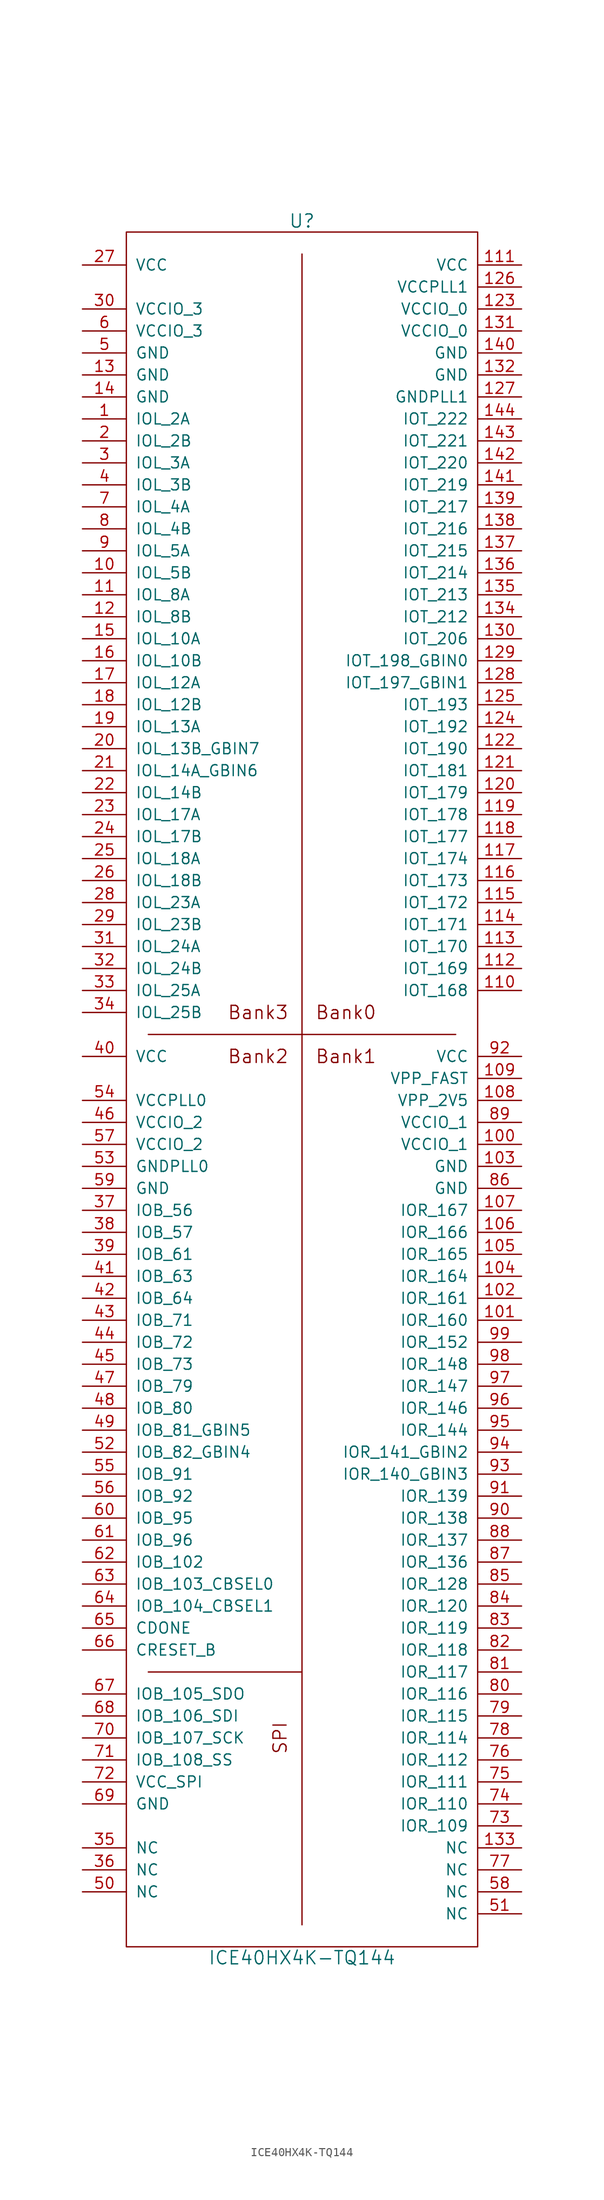
<source format=kicad_sym>
(kicad_symbol_lib
  (version 20201005)
  (generator kicad_symbol_editor)
  (symbol "pkl_lattice:ICE40HX4K-TQ144"
    (pin_names
      (offset 1.016))
    (property "Reference" "U"
      (at 0 93.98 0)
      (effects (font (size 1.524 1.524))))
    (property "Value" "ICE40HX4K-TQ144"
      (at 0 -106.68 0)
      (effects (font (size 1.524 1.524))))
    (symbol "ICE40HX4K-TQ144_0_0"
      (text "Bank0" (at 5.08 2.54 0) (effects (font (size 1.524 1.524))))
      (text "Bank1" (at 5.08 -2.54 0) (effects (font (size 1.524 1.524))))
      (text "Bank2" (at -5.08 -2.54 0) (effects (font (size 1.524 1.524))))
      (text "Bank3" (at -5.08 2.54 0) (effects (font (size 1.524 1.524))))
      (text "SPI" (at -2.54 -81.28 900) (effects (font (size 1.524 1.524)))))
    (symbol "ICE40HX4K-TQ144_0_1"
      (rectangle (start -20.32 92.71) (end 20.32 -105.41) (stroke (width 0)) (fill (type none)))
      (polyline (pts (xy -17.78 -73.66) (xy 0 -73.66)) (stroke (width 0)) (fill (type none)))
      (polyline (pts (xy -17.78 0) (xy 17.78 0)) (stroke (width 0)) (fill (type none)))
      (polyline (pts (xy 0 90.17) (xy 0 -102.87)) (stroke (width 0)) (fill (type none))))
    (symbol "ICE40HX4K-TQ144_1_1"
      (pin passive line (at -25.4 71.12 0) (length 5.08) (name "IOL_2A" (effects (font (size 1.27 1.27)))) (number "1" (effects (font (size 1.27 1.27)))))
      (pin passive line (at -25.4 53.34 0) (length 5.08) (name "IOL_5B" (effects (font (size 1.27 1.27)))) (number "10" (effects (font (size 1.27 1.27)))))
      (pin passive line (at 25.4 -12.7 180) (length 5.08) (name "VCCIO_1" (effects (font (size 1.27 1.27)))) (number "100" (effects (font (size 1.27 1.27)))))
      (pin passive line (at 25.4 -33.02 180) (length 5.08) (name "IOR_160" (effects (font (size 1.27 1.27)))) (number "101" (effects (font (size 1.27 1.27)))))
      (pin passive line (at 25.4 -30.48 180) (length 5.08) (name "IOR_161" (effects (font (size 1.27 1.27)))) (number "102" (effects (font (size 1.27 1.27)))))
      (pin passive line (at 25.4 -15.24 180) (length 5.08) (name "GND" (effects (font (size 1.27 1.27)))) (number "103" (effects (font (size 1.27 1.27)))))
      (pin passive line (at 25.4 -27.94 180) (length 5.08) (name "IOR_164" (effects (font (size 1.27 1.27)))) (number "104" (effects (font (size 1.27 1.27)))))
      (pin passive line (at 25.4 -25.4 180) (length 5.08) (name "IOR_165" (effects (font (size 1.27 1.27)))) (number "105" (effects (font (size 1.27 1.27)))))
      (pin passive line (at 25.4 -22.86 180) (length 5.08) (name "IOR_166" (effects (font (size 1.27 1.27)))) (number "106" (effects (font (size 1.27 1.27)))))
      (pin passive line (at 25.4 -20.32 180) (length 5.08) (name "IOR_167" (effects (font (size 1.27 1.27)))) (number "107" (effects (font (size 1.27 1.27)))))
      (pin passive line (at 25.4 -7.62 180) (length 5.08) (name "VPP_2V5" (effects (font (size 1.27 1.27)))) (number "108" (effects (font (size 1.27 1.27)))))
      (pin passive line (at 25.4 -5.08 180) (length 5.08) (name "VPP_FAST" (effects (font (size 1.27 1.27)))) (number "109" (effects (font (size 1.27 1.27)))))
      (pin passive line (at -25.4 50.8 0) (length 5.08) (name "IOL_8A" (effects (font (size 1.27 1.27)))) (number "11" (effects (font (size 1.27 1.27)))))
      (pin passive line (at 25.4 5.08 180) (length 5.08) (name "IOT_168" (effects (font (size 1.27 1.27)))) (number "110" (effects (font (size 1.27 1.27)))))
      (pin passive line (at 25.4 88.9 180) (length 5.08) (name "VCC" (effects (font (size 1.27 1.27)))) (number "111" (effects (font (size 1.27 1.27)))))
      (pin passive line (at 25.4 7.62 180) (length 5.08) (name "IOT_169" (effects (font (size 1.27 1.27)))) (number "112" (effects (font (size 1.27 1.27)))))
      (pin passive line (at 25.4 10.16 180) (length 5.08) (name "IOT_170" (effects (font (size 1.27 1.27)))) (number "113" (effects (font (size 1.27 1.27)))))
      (pin passive line (at 25.4 12.7 180) (length 5.08) (name "IOT_171" (effects (font (size 1.27 1.27)))) (number "114" (effects (font (size 1.27 1.27)))))
      (pin passive line (at 25.4 15.24 180) (length 5.08) (name "IOT_172" (effects (font (size 1.27 1.27)))) (number "115" (effects (font (size 1.27 1.27)))))
      (pin passive line (at 25.4 17.78 180) (length 5.08) (name "IOT_173" (effects (font (size 1.27 1.27)))) (number "116" (effects (font (size 1.27 1.27)))))
      (pin passive line (at 25.4 20.32 180) (length 5.08) (name "IOT_174" (effects (font (size 1.27 1.27)))) (number "117" (effects (font (size 1.27 1.27)))))
      (pin passive line (at 25.4 22.86 180) (length 5.08) (name "IOT_177" (effects (font (size 1.27 1.27)))) (number "118" (effects (font (size 1.27 1.27)))))
      (pin passive line (at 25.4 25.4 180) (length 5.08) (name "IOT_178" (effects (font (size 1.27 1.27)))) (number "119" (effects (font (size 1.27 1.27)))))
      (pin passive line (at -25.4 48.26 0) (length 5.08) (name "IOL_8B" (effects (font (size 1.27 1.27)))) (number "12" (effects (font (size 1.27 1.27)))))
      (pin passive line (at 25.4 27.94 180) (length 5.08) (name "IOT_179" (effects (font (size 1.27 1.27)))) (number "120" (effects (font (size 1.27 1.27)))))
      (pin passive line (at 25.4 30.48 180) (length 5.08) (name "IOT_181" (effects (font (size 1.27 1.27)))) (number "121" (effects (font (size 1.27 1.27)))))
      (pin passive line (at 25.4 33.02 180) (length 5.08) (name "IOT_190" (effects (font (size 1.27 1.27)))) (number "122" (effects (font (size 1.27 1.27)))))
      (pin passive line (at 25.4 83.82 180) (length 5.08) (name "VCCIO_0" (effects (font (size 1.27 1.27)))) (number "123" (effects (font (size 1.27 1.27)))))
      (pin passive line (at 25.4 35.56 180) (length 5.08) (name "IOT_192" (effects (font (size 1.27 1.27)))) (number "124" (effects (font (size 1.27 1.27)))))
      (pin passive line (at 25.4 38.1 180) (length 5.08) (name "IOT_193" (effects (font (size 1.27 1.27)))) (number "125" (effects (font (size 1.27 1.27)))))
      (pin passive line (at 25.4 86.36 180) (length 5.08) (name "VCCPLL1" (effects (font (size 1.27 1.27)))) (number "126" (effects (font (size 1.27 1.27)))))
      (pin passive line (at 25.4 73.66 180) (length 5.08) (name "GNDPLL1" (effects (font (size 1.27 1.27)))) (number "127" (effects (font (size 1.27 1.27)))))
      (pin passive line (at 25.4 40.64 180) (length 5.08) (name "IOT_197_GBIN1" (effects (font (size 1.27 1.27)))) (number "128" (effects (font (size 1.27 1.27)))))
      (pin passive line (at 25.4 43.18 180) (length 5.08) (name "IOT_198_GBIN0" (effects (font (size 1.27 1.27)))) (number "129" (effects (font (size 1.27 1.27)))))
      (pin passive line (at -25.4 76.2 0) (length 5.08) (name "GND" (effects (font (size 1.27 1.27)))) (number "13" (effects (font (size 1.27 1.27)))))
      (pin passive line (at 25.4 45.72 180) (length 5.08) (name "IOT_206" (effects (font (size 1.27 1.27)))) (number "130" (effects (font (size 1.27 1.27)))))
      (pin passive line (at 25.4 81.28 180) (length 5.08) (name "VCCIO_0" (effects (font (size 1.27 1.27)))) (number "131" (effects (font (size 1.27 1.27)))))
      (pin passive line (at 25.4 76.2 180) (length 5.08) (name "GND" (effects (font (size 1.27 1.27)))) (number "132" (effects (font (size 1.27 1.27)))))
      (pin passive line (at 25.4 -93.98 180) (length 5.08) (name "NC" (effects (font (size 1.27 1.27)))) (number "133" (effects (font (size 1.27 1.27)))))
      (pin passive line (at 25.4 48.26 180) (length 5.08) (name "IOT_212" (effects (font (size 1.27 1.27)))) (number "134" (effects (font (size 1.27 1.27)))))
      (pin passive line (at 25.4 50.8 180) (length 5.08) (name "IOT_213" (effects (font (size 1.27 1.27)))) (number "135" (effects (font (size 1.27 1.27)))))
      (pin passive line (at 25.4 53.34 180) (length 5.08) (name "IOT_214" (effects (font (size 1.27 1.27)))) (number "136" (effects (font (size 1.27 1.27)))))
      (pin passive line (at 25.4 55.88 180) (length 5.08) (name "IOT_215" (effects (font (size 1.27 1.27)))) (number "137" (effects (font (size 1.27 1.27)))))
      (pin passive line (at 25.4 58.42 180) (length 5.08) (name "IOT_216" (effects (font (size 1.27 1.27)))) (number "138" (effects (font (size 1.27 1.27)))))
      (pin passive line (at 25.4 60.96 180) (length 5.08) (name "IOT_217" (effects (font (size 1.27 1.27)))) (number "139" (effects (font (size 1.27 1.27)))))
      (pin passive line (at -25.4 73.66 0) (length 5.08) (name "GND" (effects (font (size 1.27 1.27)))) (number "14" (effects (font (size 1.27 1.27)))))
      (pin passive line (at 25.4 78.74 180) (length 5.08) (name "GND" (effects (font (size 1.27 1.27)))) (number "140" (effects (font (size 1.27 1.27)))))
      (pin passive line (at 25.4 63.5 180) (length 5.08) (name "IOT_219" (effects (font (size 1.27 1.27)))) (number "141" (effects (font (size 1.27 1.27)))))
      (pin passive line (at 25.4 66.04 180) (length 5.08) (name "IOT_220" (effects (font (size 1.27 1.27)))) (number "142" (effects (font (size 1.27 1.27)))))
      (pin passive line (at 25.4 68.58 180) (length 5.08) (name "IOT_221" (effects (font (size 1.27 1.27)))) (number "143" (effects (font (size 1.27 1.27)))))
      (pin passive line (at 25.4 71.12 180) (length 5.08) (name "IOT_222" (effects (font (size 1.27 1.27)))) (number "144" (effects (font (size 1.27 1.27)))))
      (pin passive line (at -25.4 45.72 0) (length 5.08) (name "IOL_10A" (effects (font (size 1.27 1.27)))) (number "15" (effects (font (size 1.27 1.27)))))
      (pin passive line (at -25.4 43.18 0) (length 5.08) (name "IOL_10B" (effects (font (size 1.27 1.27)))) (number "16" (effects (font (size 1.27 1.27)))))
      (pin passive line (at -25.4 40.64 0) (length 5.08) (name "IOL_12A" (effects (font (size 1.27 1.27)))) (number "17" (effects (font (size 1.27 1.27)))))
      (pin passive line (at -25.4 38.1 0) (length 5.08) (name "IOL_12B" (effects (font (size 1.27 1.27)))) (number "18" (effects (font (size 1.27 1.27)))))
      (pin passive line (at -25.4 35.56 0) (length 5.08) (name "IOL_13A" (effects (font (size 1.27 1.27)))) (number "19" (effects (font (size 1.27 1.27)))))
      (pin passive line (at -25.4 68.58 0) (length 5.08) (name "IOL_2B" (effects (font (size 1.27 1.27)))) (number "2" (effects (font (size 1.27 1.27)))))
      (pin passive line (at -25.4 33.02 0) (length 5.08) (name "IOL_13B_GBIN7" (effects (font (size 1.27 1.27)))) (number "20" (effects (font (size 1.27 1.27)))))
      (pin passive line (at -25.4 30.48 0) (length 5.08) (name "IOL_14A_GBIN6" (effects (font (size 1.27 1.27)))) (number "21" (effects (font (size 1.27 1.27)))))
      (pin passive line (at -25.4 27.94 0) (length 5.08) (name "IOL_14B" (effects (font (size 1.27 1.27)))) (number "22" (effects (font (size 1.27 1.27)))))
      (pin passive line (at -25.4 25.4 0) (length 5.08) (name "IOL_17A" (effects (font (size 1.27 1.27)))) (number "23" (effects (font (size 1.27 1.27)))))
      (pin passive line (at -25.4 22.86 0) (length 5.08) (name "IOL_17B" (effects (font (size 1.27 1.27)))) (number "24" (effects (font (size 1.27 1.27)))))
      (pin passive line (at -25.4 20.32 0) (length 5.08) (name "IOL_18A" (effects (font (size 1.27 1.27)))) (number "25" (effects (font (size 1.27 1.27)))))
      (pin passive line (at -25.4 17.78 0) (length 5.08) (name "IOL_18B" (effects (font (size 1.27 1.27)))) (number "26" (effects (font (size 1.27 1.27)))))
      (pin passive line (at -25.4 88.9 0) (length 5.08) (name "VCC" (effects (font (size 1.27 1.27)))) (number "27" (effects (font (size 1.27 1.27)))))
      (pin passive line (at -25.4 15.24 0) (length 5.08) (name "IOL_23A" (effects (font (size 1.27 1.27)))) (number "28" (effects (font (size 1.27 1.27)))))
      (pin passive line (at -25.4 12.7 0) (length 5.08) (name "IOL_23B" (effects (font (size 1.27 1.27)))) (number "29" (effects (font (size 1.27 1.27)))))
      (pin passive line (at -25.4 66.04 0) (length 5.08) (name "IOL_3A" (effects (font (size 1.27 1.27)))) (number "3" (effects (font (size 1.27 1.27)))))
      (pin passive line (at -25.4 83.82 0) (length 5.08) (name "VCCIO_3" (effects (font (size 1.27 1.27)))) (number "30" (effects (font (size 1.27 1.27)))))
      (pin passive line (at -25.4 10.16 0) (length 5.08) (name "IOL_24A" (effects (font (size 1.27 1.27)))) (number "31" (effects (font (size 1.27 1.27)))))
      (pin passive line (at -25.4 7.62 0) (length 5.08) (name "IOL_24B" (effects (font (size 1.27 1.27)))) (number "32" (effects (font (size 1.27 1.27)))))
      (pin passive line (at -25.4 5.08 0) (length 5.08) (name "IOL_25A" (effects (font (size 1.27 1.27)))) (number "33" (effects (font (size 1.27 1.27)))))
      (pin passive line (at -25.4 2.54 0) (length 5.08) (name "IOL_25B" (effects (font (size 1.27 1.27)))) (number "34" (effects (font (size 1.27 1.27)))))
      (pin passive line (at -25.4 -93.98 0) (length 5.08) (name "NC" (effects (font (size 1.27 1.27)))) (number "35" (effects (font (size 1.27 1.27)))))
      (pin passive line (at -25.4 -96.52 0) (length 5.08) (name "NC" (effects (font (size 1.27 1.27)))) (number "36" (effects (font (size 1.27 1.27)))))
      (pin passive line (at -25.4 -20.32 0) (length 5.08) (name "IOB_56" (effects (font (size 1.27 1.27)))) (number "37" (effects (font (size 1.27 1.27)))))
      (pin passive line (at -25.4 -22.86 0) (length 5.08) (name "IOB_57" (effects (font (size 1.27 1.27)))) (number "38" (effects (font (size 1.27 1.27)))))
      (pin passive line (at -25.4 -25.4 0) (length 5.08) (name "IOB_61" (effects (font (size 1.27 1.27)))) (number "39" (effects (font (size 1.27 1.27)))))
      (pin passive line (at -25.4 63.5 0) (length 5.08) (name "IOL_3B" (effects (font (size 1.27 1.27)))) (number "4" (effects (font (size 1.27 1.27)))))
      (pin passive line (at -25.4 -2.54 0) (length 5.08) (name "VCC" (effects (font (size 1.27 1.27)))) (number "40" (effects (font (size 1.27 1.27)))))
      (pin passive line (at -25.4 -27.94 0) (length 5.08) (name "IOB_63" (effects (font (size 1.27 1.27)))) (number "41" (effects (font (size 1.27 1.27)))))
      (pin passive line (at -25.4 -30.48 0) (length 5.08) (name "IOB_64" (effects (font (size 1.27 1.27)))) (number "42" (effects (font (size 1.27 1.27)))))
      (pin passive line (at -25.4 -33.02 0) (length 5.08) (name "IOB_71" (effects (font (size 1.27 1.27)))) (number "43" (effects (font (size 1.27 1.27)))))
      (pin passive line (at -25.4 -35.56 0) (length 5.08) (name "IOB_72" (effects (font (size 1.27 1.27)))) (number "44" (effects (font (size 1.27 1.27)))))
      (pin passive line (at -25.4 -38.1 0) (length 5.08) (name "IOB_73" (effects (font (size 1.27 1.27)))) (number "45" (effects (font (size 1.27 1.27)))))
      (pin passive line (at -25.4 -10.16 0) (length 5.08) (name "VCCIO_2" (effects (font (size 1.27 1.27)))) (number "46" (effects (font (size 1.27 1.27)))))
      (pin passive line (at -25.4 -40.64 0) (length 5.08) (name "IOB_79" (effects (font (size 1.27 1.27)))) (number "47" (effects (font (size 1.27 1.27)))))
      (pin passive line (at -25.4 -43.18 0) (length 5.08) (name "IOB_80" (effects (font (size 1.27 1.27)))) (number "48" (effects (font (size 1.27 1.27)))))
      (pin passive line (at -25.4 -45.72 0) (length 5.08) (name "IOB_81_GBIN5" (effects (font (size 1.27 1.27)))) (number "49" (effects (font (size 1.27 1.27)))))
      (pin passive line (at -25.4 78.74 0) (length 5.08) (name "GND" (effects (font (size 1.27 1.27)))) (number "5" (effects (font (size 1.27 1.27)))))
      (pin passive line (at -25.4 -99.06 0) (length 5.08) (name "NC" (effects (font (size 1.27 1.27)))) (number "50" (effects (font (size 1.27 1.27)))))
      (pin passive line (at 25.4 -101.6 180) (length 5.08) (name "NC" (effects (font (size 1.27 1.27)))) (number "51" (effects (font (size 1.27 1.27)))))
      (pin passive line (at -25.4 -48.26 0) (length 5.08) (name "IOB_82_GBIN4" (effects (font (size 1.27 1.27)))) (number "52" (effects (font (size 1.27 1.27)))))
      (pin passive line (at -25.4 -15.24 0) (length 5.08) (name "GNDPLL0" (effects (font (size 1.27 1.27)))) (number "53" (effects (font (size 1.27 1.27)))))
      (pin passive line (at -25.4 -7.62 0) (length 5.08) (name "VCCPLL0" (effects (font (size 1.27 1.27)))) (number "54" (effects (font (size 1.27 1.27)))))
      (pin passive line (at -25.4 -50.8 0) (length 5.08) (name "IOB_91" (effects (font (size 1.27 1.27)))) (number "55" (effects (font (size 1.27 1.27)))))
      (pin passive line (at -25.4 -53.34 0) (length 5.08) (name "IOB_92" (effects (font (size 1.27 1.27)))) (number "56" (effects (font (size 1.27 1.27)))))
      (pin passive line (at -25.4 -12.7 0) (length 5.08) (name "VCCIO_2" (effects (font (size 1.27 1.27)))) (number "57" (effects (font (size 1.27 1.27)))))
      (pin passive line (at 25.4 -99.06 180) (length 5.08) (name "NC" (effects (font (size 1.27 1.27)))) (number "58" (effects (font (size 1.27 1.27)))))
      (pin passive line (at -25.4 -17.78 0) (length 5.08) (name "GND" (effects (font (size 1.27 1.27)))) (number "59" (effects (font (size 1.27 1.27)))))
      (pin passive line (at -25.4 81.28 0) (length 5.08) (name "VCCIO_3" (effects (font (size 1.27 1.27)))) (number "6" (effects (font (size 1.27 1.27)))))
      (pin passive line (at -25.4 -55.88 0) (length 5.08) (name "IOB_95" (effects (font (size 1.27 1.27)))) (number "60" (effects (font (size 1.27 1.27)))))
      (pin passive line (at -25.4 -58.42 0) (length 5.08) (name "IOB_96" (effects (font (size 1.27 1.27)))) (number "61" (effects (font (size 1.27 1.27)))))
      (pin passive line (at -25.4 -60.96 0) (length 5.08) (name "IOB_102" (effects (font (size 1.27 1.27)))) (number "62" (effects (font (size 1.27 1.27)))))
      (pin passive line (at -25.4 -63.5 0) (length 5.08) (name "IOB_103_CBSEL0" (effects (font (size 1.27 1.27)))) (number "63" (effects (font (size 1.27 1.27)))))
      (pin passive line (at -25.4 -66.04 0) (length 5.08) (name "IOB_104_CBSEL1" (effects (font (size 1.27 1.27)))) (number "64" (effects (font (size 1.27 1.27)))))
      (pin passive line (at -25.4 -68.58 0) (length 5.08) (name "CDONE" (effects (font (size 1.27 1.27)))) (number "65" (effects (font (size 1.27 1.27)))))
      (pin passive line (at -25.4 -71.12 0) (length 5.08) (name "CRESET_B" (effects (font (size 1.27 1.27)))) (number "66" (effects (font (size 1.27 1.27)))))
      (pin passive line (at -25.4 -76.2 0) (length 5.08) (name "IOB_105_SDO" (effects (font (size 1.27 1.27)))) (number "67" (effects (font (size 1.27 1.27)))))
      (pin passive line (at -25.4 -78.74 0) (length 5.08) (name "IOB_106_SDI" (effects (font (size 1.27 1.27)))) (number "68" (effects (font (size 1.27 1.27)))))
      (pin passive line (at -25.4 -88.9 0) (length 5.08) (name "GND" (effects (font (size 1.27 1.27)))) (number "69" (effects (font (size 1.27 1.27)))))
      (pin passive line (at -25.4 60.96 0) (length 5.08) (name "IOL_4A" (effects (font (size 1.27 1.27)))) (number "7" (effects (font (size 1.27 1.27)))))
      (pin passive line (at -25.4 -81.28 0) (length 5.08) (name "IOB_107_SCK" (effects (font (size 1.27 1.27)))) (number "70" (effects (font (size 1.27 1.27)))))
      (pin passive line (at -25.4 -83.82 0) (length 5.08) (name "IOB_108_SS" (effects (font (size 1.27 1.27)))) (number "71" (effects (font (size 1.27 1.27)))))
      (pin passive line (at -25.4 -86.36 0) (length 5.08) (name "VCC_SPI" (effects (font (size 1.27 1.27)))) (number "72" (effects (font (size 1.27 1.27)))))
      (pin passive line (at 25.4 -91.44 180) (length 5.08) (name "IOR_109" (effects (font (size 1.27 1.27)))) (number "73" (effects (font (size 1.27 1.27)))))
      (pin passive line (at 25.4 -88.9 180) (length 5.08) (name "IOR_110" (effects (font (size 1.27 1.27)))) (number "74" (effects (font (size 1.27 1.27)))))
      (pin passive line (at 25.4 -86.36 180) (length 5.08) (name "IOR_111" (effects (font (size 1.27 1.27)))) (number "75" (effects (font (size 1.27 1.27)))))
      (pin passive line (at 25.4 -83.82 180) (length 5.08) (name "IOR_112" (effects (font (size 1.27 1.27)))) (number "76" (effects (font (size 1.27 1.27)))))
      (pin passive line (at 25.4 -96.52 180) (length 5.08) (name "NC" (effects (font (size 1.27 1.27)))) (number "77" (effects (font (size 1.27 1.27)))))
      (pin passive line (at 25.4 -81.28 180) (length 5.08) (name "IOR_114" (effects (font (size 1.27 1.27)))) (number "78" (effects (font (size 1.27 1.27)))))
      (pin passive line (at 25.4 -78.74 180) (length 5.08) (name "IOR_115" (effects (font (size 1.27 1.27)))) (number "79" (effects (font (size 1.27 1.27)))))
      (pin passive line (at -25.4 58.42 0) (length 5.08) (name "IOL_4B" (effects (font (size 1.27 1.27)))) (number "8" (effects (font (size 1.27 1.27)))))
      (pin passive line (at 25.4 -76.2 180) (length 5.08) (name "IOR_116" (effects (font (size 1.27 1.27)))) (number "80" (effects (font (size 1.27 1.27)))))
      (pin passive line (at 25.4 -73.66 180) (length 5.08) (name "IOR_117" (effects (font (size 1.27 1.27)))) (number "81" (effects (font (size 1.27 1.27)))))
      (pin passive line (at 25.4 -71.12 180) (length 5.08) (name "IOR_118" (effects (font (size 1.27 1.27)))) (number "82" (effects (font (size 1.27 1.27)))))
      (pin passive line (at 25.4 -68.58 180) (length 5.08) (name "IOR_119" (effects (font (size 1.27 1.27)))) (number "83" (effects (font (size 1.27 1.27)))))
      (pin passive line (at 25.4 -66.04 180) (length 5.08) (name "IOR_120" (effects (font (size 1.27 1.27)))) (number "84" (effects (font (size 1.27 1.27)))))
      (pin passive line (at 25.4 -63.5 180) (length 5.08) (name "IOR_128" (effects (font (size 1.27 1.27)))) (number "85" (effects (font (size 1.27 1.27)))))
      (pin passive line (at 25.4 -17.78 180) (length 5.08) (name "GND" (effects (font (size 1.27 1.27)))) (number "86" (effects (font (size 1.27 1.27)))))
      (pin passive line (at 25.4 -60.96 180) (length 5.08) (name "IOR_136" (effects (font (size 1.27 1.27)))) (number "87" (effects (font (size 1.27 1.27)))))
      (pin passive line (at 25.4 -58.42 180) (length 5.08) (name "IOR_137" (effects (font (size 1.27 1.27)))) (number "88" (effects (font (size 1.27 1.27)))))
      (pin passive line (at 25.4 -10.16 180) (length 5.08) (name "VCCIO_1" (effects (font (size 1.27 1.27)))) (number "89" (effects (font (size 1.27 1.27)))))
      (pin passive line (at -25.4 55.88 0) (length 5.08) (name "IOL_5A" (effects (font (size 1.27 1.27)))) (number "9" (effects (font (size 1.27 1.27)))))
      (pin passive line (at 25.4 -55.88 180) (length 5.08) (name "IOR_138" (effects (font (size 1.27 1.27)))) (number "90" (effects (font (size 1.27 1.27)))))
      (pin passive line (at 25.4 -53.34 180) (length 5.08) (name "IOR_139" (effects (font (size 1.27 1.27)))) (number "91" (effects (font (size 1.27 1.27)))))
      (pin passive line (at 25.4 -2.54 180) (length 5.08) (name "VCC" (effects (font (size 1.27 1.27)))) (number "92" (effects (font (size 1.27 1.27)))))
      (pin passive line (at 25.4 -50.8 180) (length 5.08) (name "IOR_140_GBIN3" (effects (font (size 1.27 1.27)))) (number "93" (effects (font (size 1.27 1.27)))))
      (pin passive line (at 25.4 -48.26 180) (length 5.08) (name "IOR_141_GBIN2" (effects (font (size 1.27 1.27)))) (number "94" (effects (font (size 1.27 1.27)))))
      (pin passive line (at 25.4 -45.72 180) (length 5.08) (name "IOR_144" (effects (font (size 1.27 1.27)))) (number "95" (effects (font (size 1.27 1.27)))))
      (pin passive line (at 25.4 -43.18 180) (length 5.08) (name "IOR_146" (effects (font (size 1.27 1.27)))) (number "96" (effects (font (size 1.27 1.27)))))
      (pin passive line (at 25.4 -40.64 180) (length 5.08) (name "IOR_147" (effects (font (size 1.27 1.27)))) (number "97" (effects (font (size 1.27 1.27)))))
      (pin passive line (at 25.4 -38.1 180) (length 5.08) (name "IOR_148" (effects (font (size 1.27 1.27)))) (number "98" (effects (font (size 1.27 1.27)))))
      (pin passive line (at 25.4 -35.56 180) (length 5.08) (name "IOR_152" (effects (font (size 1.27 1.27)))) (number "99" (effects (font (size 1.27 1.27))))))))
</source>
